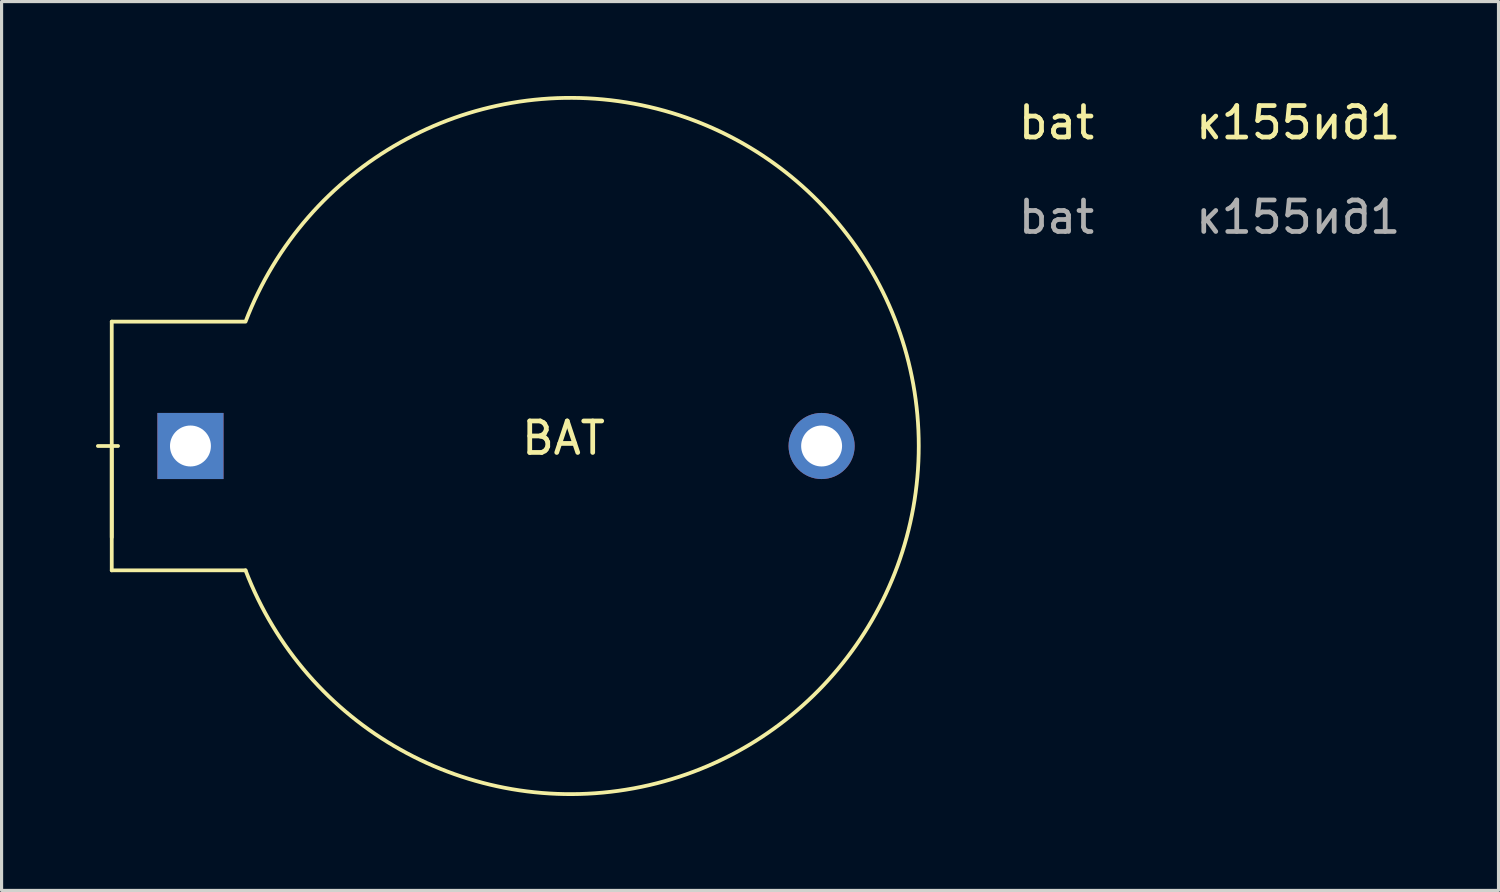
<source format=kicad_pcb>
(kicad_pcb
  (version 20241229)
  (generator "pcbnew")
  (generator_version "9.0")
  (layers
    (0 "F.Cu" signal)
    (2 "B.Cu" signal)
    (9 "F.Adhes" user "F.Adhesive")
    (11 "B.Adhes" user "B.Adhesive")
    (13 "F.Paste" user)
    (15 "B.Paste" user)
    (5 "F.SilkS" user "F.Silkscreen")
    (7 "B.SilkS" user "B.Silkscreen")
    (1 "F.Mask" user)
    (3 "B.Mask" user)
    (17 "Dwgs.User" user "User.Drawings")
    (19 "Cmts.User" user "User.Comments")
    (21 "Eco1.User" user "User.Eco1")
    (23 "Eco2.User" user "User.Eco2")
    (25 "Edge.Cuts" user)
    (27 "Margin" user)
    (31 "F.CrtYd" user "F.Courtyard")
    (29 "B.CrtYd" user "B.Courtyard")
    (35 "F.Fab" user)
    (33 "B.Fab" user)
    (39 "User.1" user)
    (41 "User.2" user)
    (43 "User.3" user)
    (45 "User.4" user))
  (footprint "bat"
    (layer "F.Cu")
    (at 30.512 1.348)
    (property "Reference" "bat" (at 0 -0.5 0) (unlocked yes) (layer "F.SilkS") (effects (font (size 1 1) (thickness 0.15))))
    (attr smd)
    (fp_text user "${REFERENCE}" (at 0 2.5 0) (unlocked yes) (layer "F.Fab") (effects (font (size 1 1) (thickness 0.15)))))
  (footprint "к155ид1"
    (layer "F.Cu")
    (at 38.19 1.348)
    (property "Reference" "к155ид1" (at 0 -0.5 0) (unlocked yes) (layer "F.SilkS") (effects (font (size 1 1) (thickness 0.15))))
    (attr smd)
    (fp_text user "${REFERENCE}" (at 0 2.5 0) (unlocked yes) (layer "F.Fab") (effects (font (size 1 1) (thickness 0.15)))))
  (footprint "BAT"
    (layer "F.Cu")
    (at 14.8 11.168)
    (property "Reference" "BAT" (at 0.05 -0.3 0) (unlocked yes) (layer "F.SilkS") (effects (font (size 1 1) (thickness 0.15))))
    (attr through_hole)
    (fp_line (start -14.3 -4) (end -10.1 -4) (stroke (width 0.12) (type solid)) (layer "F.SilkS"))
    (fp_line (start -14.3 -0.05) (end -14.3 -4) (stroke (width 0.12) (type solid)) (layer "F.SilkS"))
    (fp_line (start -14.3 -0.05) (end -14.3 3.9) (stroke (width 0.12) (type solid)) (layer "F.SilkS"))
    (fp_line (start -14.3 2.85) (end -14.3 -0.05) (stroke (width 0.12) (type solid)) (layer "F.SilkS"))
    (fp_line (start -14.3 3.9) (end -10.05 3.9) (stroke (width 0.12) (type solid)) (layer "F.SilkS"))
    (fp_line (start -14.1 -0.05) (end -14.74 -0.05) (stroke (width 0.12) (type solid)) (layer "F.SilkS"))
    (fp_arc (start -10.05 -4) (mid 11.336238 -0.05) (end -10.05 3.9) (stroke (width 0.12) (type solid)) (layer "F.SilkS"))
    (pad "1" thru_hole rect (at -11.8 -0.05 270) (size 2.1 2.1) (drill 1.3) (layers "*.Cu" "*.Mask"))
    (pad "2" thru_hole circle (at 8.25 -0.05 270) (size 2.1 2.1) (drill 1.3) (layers "*.Cu" "*.Mask")))
  (gr_rect
    (start -3 -3)
    (end 44.553 25.236)
    (stroke (width 0.1) (type default))
    (fill no)
    (layer "Edge.Cuts")))
</source>
